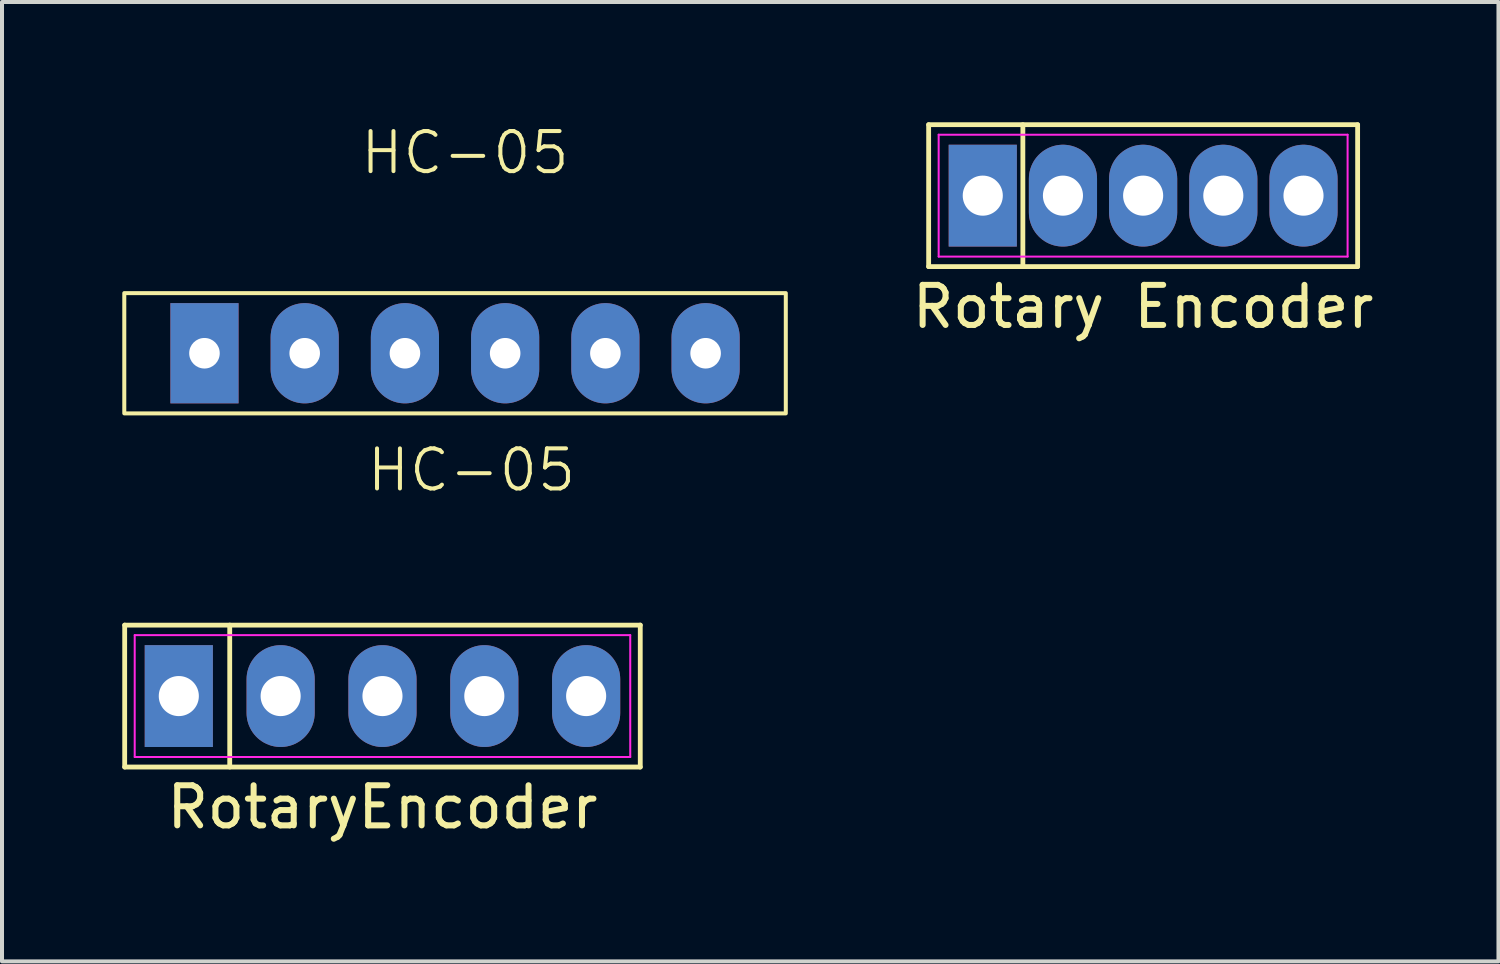
<source format=kicad_pcb>
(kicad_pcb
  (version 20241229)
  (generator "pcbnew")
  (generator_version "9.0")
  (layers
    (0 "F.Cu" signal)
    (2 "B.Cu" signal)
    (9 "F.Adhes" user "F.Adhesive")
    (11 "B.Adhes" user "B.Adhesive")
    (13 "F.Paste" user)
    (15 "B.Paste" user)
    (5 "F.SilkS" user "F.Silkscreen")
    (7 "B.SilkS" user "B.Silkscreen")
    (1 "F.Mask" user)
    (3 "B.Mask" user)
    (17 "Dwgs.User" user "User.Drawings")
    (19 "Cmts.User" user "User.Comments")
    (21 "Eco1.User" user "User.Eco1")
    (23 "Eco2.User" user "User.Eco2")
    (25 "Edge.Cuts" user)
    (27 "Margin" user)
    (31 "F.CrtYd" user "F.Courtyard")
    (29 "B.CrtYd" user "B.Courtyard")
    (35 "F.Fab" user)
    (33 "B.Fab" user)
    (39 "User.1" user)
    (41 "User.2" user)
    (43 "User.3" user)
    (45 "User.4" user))
  (footprint "Rotary Encoder"
    (layer "F.Cu")
    (at 25.463 1.83)
    (property "Reference" "Rotary Encoder" (at 0 2.77 0) (layer "F.SilkS") (effects (font (size 1 1) (thickness 0.15))))
    (attr through_hole)
    (fp_line (start -5.35 -1.77) (end 5.35 -1.77) (stroke (width 0.12) (type default)) (layer "F.SilkS"))
    (fp_line (start -5.35 1.77) (end -5.35 -1.77) (stroke (width 0.12) (type default)) (layer "F.SilkS"))
    (fp_line (start -3 -1.77) (end -3 1.77) (stroke (width 0.12) (type default)) (layer "F.SilkS"))
    (fp_line (start 5.35 -1.77) (end 5.35 1.77) (stroke (width 0.12) (type default)) (layer "F.SilkS"))
    (fp_line (start 5.35 1.77) (end -5.35 1.77) (stroke (width 0.12) (type default)) (layer "F.SilkS"))
    (fp_line (start -5.1 -1.52) (end 5.1 -1.52) (stroke (width 0.05) (type default)) (layer "F.CrtYd"))
    (fp_line (start -5.1 1.52) (end -5.1 -1.52) (stroke (width 0.05) (type default)) (layer "F.CrtYd"))
    (fp_line (start 5.1 -1.52) (end 5.1 1.52) (stroke (width 0.05) (type default)) (layer "F.CrtYd"))
    (fp_line (start 5.1 1.52) (end -5.1 1.52) (stroke (width 0.05) (type default)) (layer "F.CrtYd"))
    (pad "1" thru_hole rect (at -4 0) (size 1.7 2.54) (drill 1) (layers "*.Cu" "*.Mask"))
    (pad "2" thru_hole oval (at -2 0) (size 1.7 2.54) (drill 1) (layers "*.Cu" "*.Mask"))
    (pad "3" thru_hole oval (at 0 0) (size 1.7 2.54) (drill 1) (layers "*.Cu" "*.Mask"))
    (pad "4" thru_hole oval (at 2 0) (size 1.7 2.54) (drill 1) (layers "*.Cu" "*.Mask"))
    (pad "5" thru_hole oval (at 4 0) (size 1.7 2.54) (drill 1) (layers "*.Cu" "*.Mask")))
  (footprint "RotaryEncoder"
    (layer "F.Cu")
    (at 6.49 14.312)
    (property "Reference" "RotaryEncoder" (at 0 2.77 0) (layer "F.SilkS") (effects (font (size 1 1) (thickness 0.15))))
    (attr through_hole)
    (fp_line (start -6.43 -1.77) (end 6.43 -1.77) (stroke (width 0.12) (type default)) (layer "F.SilkS"))
    (fp_line (start -6.43 1.77) (end -6.43 -1.77) (stroke (width 0.12) (type default)) (layer "F.SilkS"))
    (fp_line (start -3.81 -1.77) (end -3.81 1.77) (stroke (width 0.12) (type default)) (layer "F.SilkS"))
    (fp_line (start 6.43 -1.77) (end 6.43 1.77) (stroke (width 0.12) (type default)) (layer "F.SilkS"))
    (fp_line (start 6.43 1.77) (end -6.43 1.77) (stroke (width 0.12) (type default)) (layer "F.SilkS"))
    (fp_line (start -6.18 -1.52) (end 6.18 -1.52) (stroke (width 0.05) (type default)) (layer "F.CrtYd"))
    (fp_line (start -6.18 1.52) (end -6.18 -1.52) (stroke (width 0.05) (type default)) (layer "F.CrtYd"))
    (fp_line (start 6.18 -1.52) (end 6.18 1.52) (stroke (width 0.05) (type default)) (layer "F.CrtYd"))
    (fp_line (start 6.18 1.52) (end -6.18 1.52) (stroke (width 0.05) (type default)) (layer "F.CrtYd"))
    (pad "1" thru_hole rect (at -5.08 0) (size 1.7 2.54) (drill 1) (layers "*.Cu" "*.Mask"))
    (pad "2" thru_hole oval (at -2.54 0) (size 1.7 2.54) (drill 1) (layers "*.Cu" "*.Mask"))
    (pad "3" thru_hole oval (at 0 0) (size 1.7 2.54) (drill 1) (layers "*.Cu" "*.Mask"))
    (pad "4" thru_hole oval (at 2.54 0) (size 1.7 2.54) (drill 1) (layers "*.Cu" "*.Mask"))
    (pad "5" thru_hole oval (at 5.08 0) (size 1.7 2.54) (drill 1) (layers "*.Cu" "*.Mask")))
  (footprint "HC-05"
    (layer "F.Cu")
    (at 8.55 5.761)
    (property "Reference" "HC-05" (at 0 -5 0) (unlocked yes) (layer "F.SilkS") (effects (font (size 1 1) (thickness 0.1))))
    (attr smd)
    (fp_rect (start -8.5 -1.5) (end 8 1.5) (stroke (width 0.1) (type default)) (fill no) (layer "F.SilkS"))
    (fp_text user "HC-05" (at -2.5 3.5 0) (unlocked yes) (layer "F.SilkS") (effects (font (size 1 1) (thickness 0.1)) (justify left bottom)))
    (pad "1" thru_hole rect (at -6.5 0) (size 1.7 2.5) (drill 0.762) (layers "*.Cu" "*.Mask"))
    (pad "2" thru_hole oval (at -4 0) (size 1.7 2.5) (drill 0.762) (layers "*.Cu" "*.Mask"))
    (pad "3" thru_hole oval (at -1.5 0) (size 1.7 2.5) (drill 0.762) (layers "*.Cu" "*.Mask"))
    (pad "4" thru_hole oval (at 1 0) (size 1.7 2.5) (drill 0.762) (layers "*.Cu" "*.Mask"))
    (pad "5" thru_hole oval (at 3.5 0) (size 1.7 2.5) (drill 0.762) (layers "*.Cu" "*.Mask"))
    (pad "6" thru_hole oval (at 6 0) (size 1.7 2.5) (drill 0.762) (layers "*.Cu" "*.Mask")))
  (gr_rect
    (start -3 -3)
    (end 34.326 20.93)
    (stroke (width 0.1) (type default))
    (fill no)
    (layer "Edge.Cuts")))
</source>
